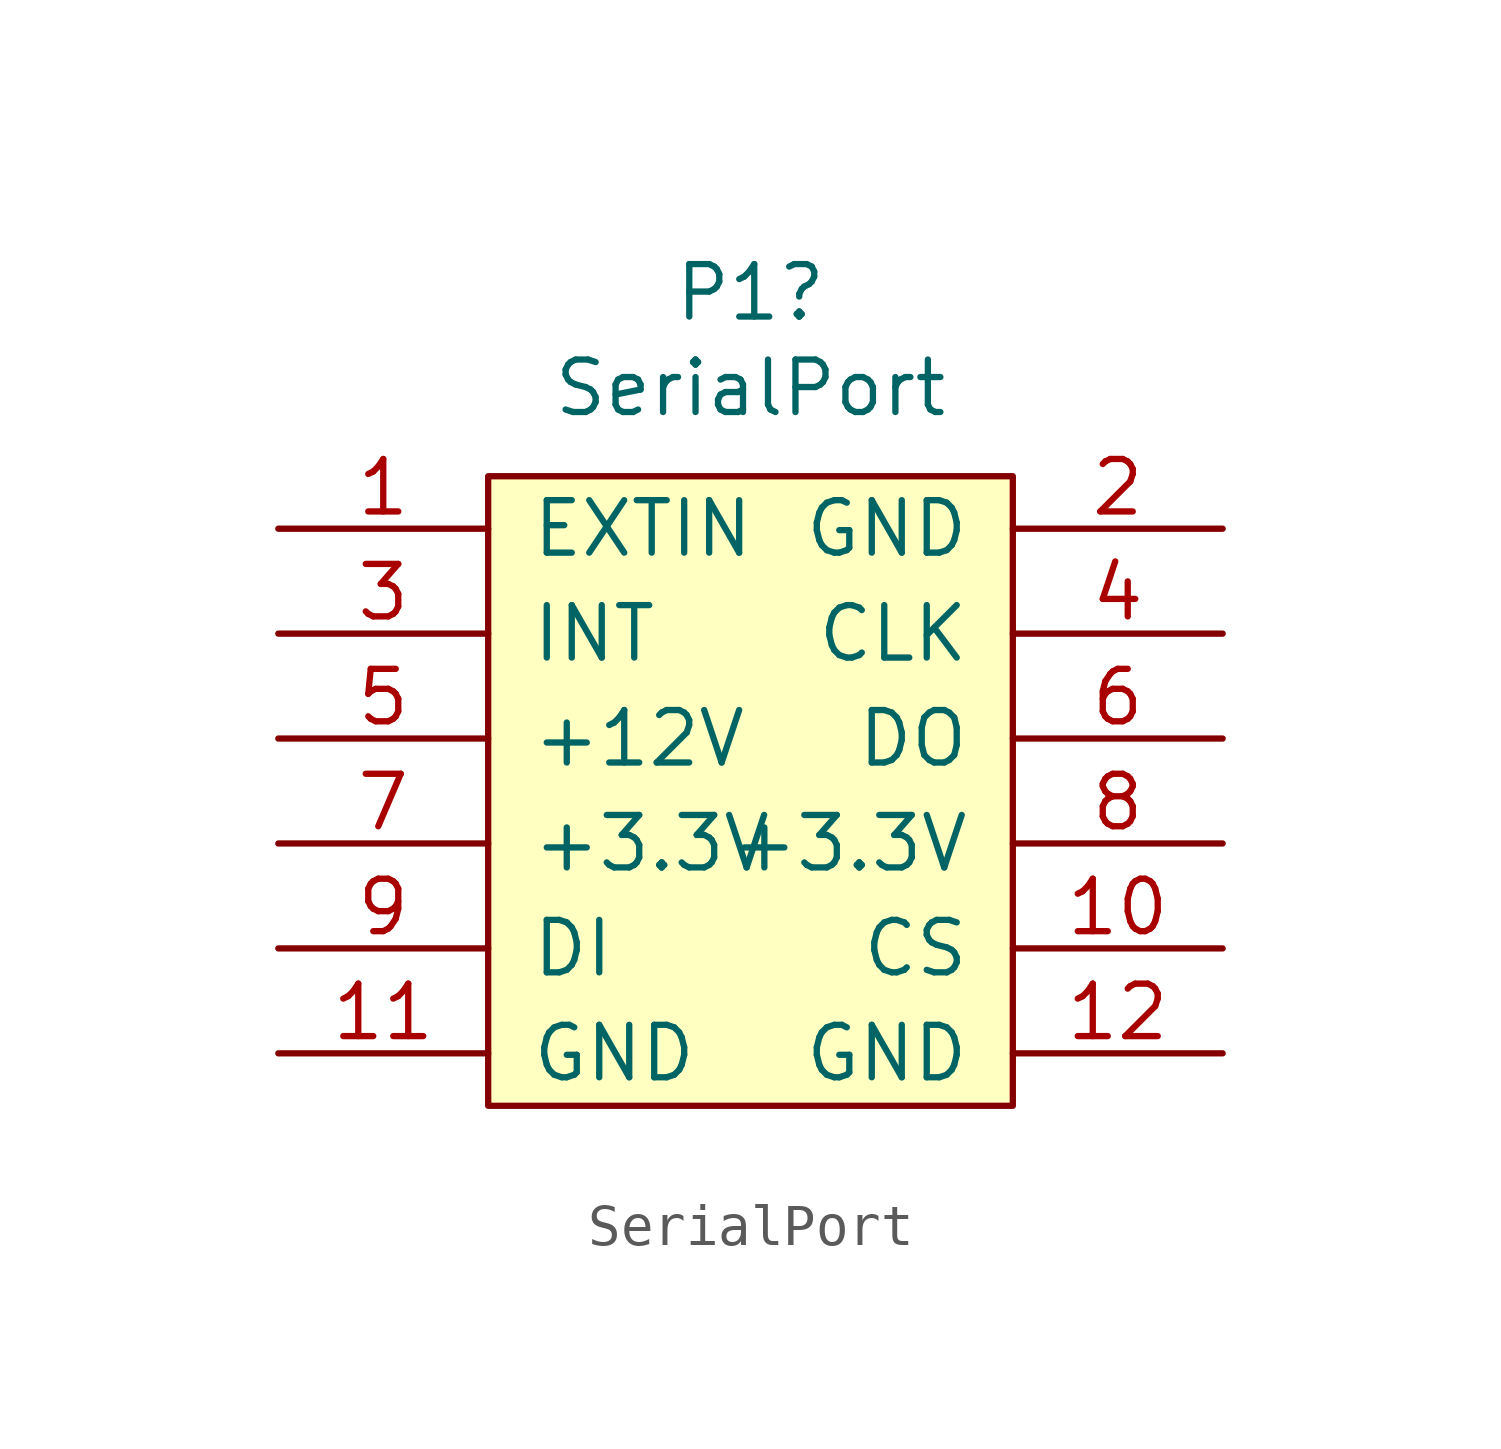
<source format=kicad_sym>
(kicad_symbol_lib
  (version 20220914)
  (generator kicad_symbol_editor)
  (symbol "SerialPort"
    (pin_names
      (offset 1.016))
    (property "Reference" "P1"
      (at 0 6.985 0)
      (effects (font (size 1.27 1.27))))
    (property "Value" "SerialPort"
      (at 0 4.674 0)
      (effects (font (size 1.27 1.27))))
    (symbol "SerialPort_0_1"
      (rectangle (start -6.35 2.54) (end 6.35 -12.7) (stroke (width 0) (type default)) (fill (type background))))
    (symbol "SerialPort_1_1"
      (pin bidirectional line (at -11.43 1.27 0) (length 5.08) (name "EXTIN" (effects (font (size 1.27 1.27)))) (number "1" (effects (font (size 1.27 1.27)))))
      (pin bidirectional line (at 11.43 -8.89 180) (length 5.08) (name "CS" (effects (font (size 1.27 1.27)))) (number "10" (effects (font (size 1.27 1.27)))))
      (pin bidirectional line (at -11.43 -11.43 0) (length 5.08) (name "GND" (effects (font (size 1.27 1.27)))) (number "11" (effects (font (size 1.27 1.27)))))
      (pin bidirectional line (at 11.43 -11.43 180) (length 5.08) (name "GND" (effects (font (size 1.27 1.27)))) (number "12" (effects (font (size 1.27 1.27)))))
      (pin bidirectional line (at 11.43 1.27 180) (length 5.08) (name "GND" (effects (font (size 1.27 1.27)))) (number "2" (effects (font (size 1.27 1.27)))))
      (pin bidirectional line (at -11.43 -1.27 0) (length 5.08) (name "INT" (effects (font (size 1.27 1.27)))) (number "3" (effects (font (size 1.27 1.27)))))
      (pin bidirectional line (at 11.43 -1.27 180) (length 5.08) (name "CLK" (effects (font (size 1.27 1.27)))) (number "4" (effects (font (size 1.27 1.27)))))
      (pin bidirectional line (at -11.43 -3.81 0) (length 5.08) (name "+12V" (effects (font (size 1.27 1.27)))) (number "5" (effects (font (size 1.27 1.27)))))
      (pin bidirectional line (at 11.43 -3.81 180) (length 5.08) (name "DO" (effects (font (size 1.27 1.27)))) (number "6" (effects (font (size 1.27 1.27)))))
      (pin bidirectional line (at -11.43 -6.35 0) (length 5.08) (name "+3.3V" (effects (font (size 1.27 1.27)))) (number "7" (effects (font (size 1.27 1.27)))))
      (pin bidirectional line (at 11.43 -6.35 180) (length 5.08) (name "+3.3V" (effects (font (size 1.27 1.27)))) (number "8" (effects (font (size 1.27 1.27)))))
      (pin bidirectional line (at -11.43 -8.89 0) (length 5.08) (name "DI" (effects (font (size 1.27 1.27)))) (number "9" (effects (font (size 1.27 1.27))))))))
</source>
